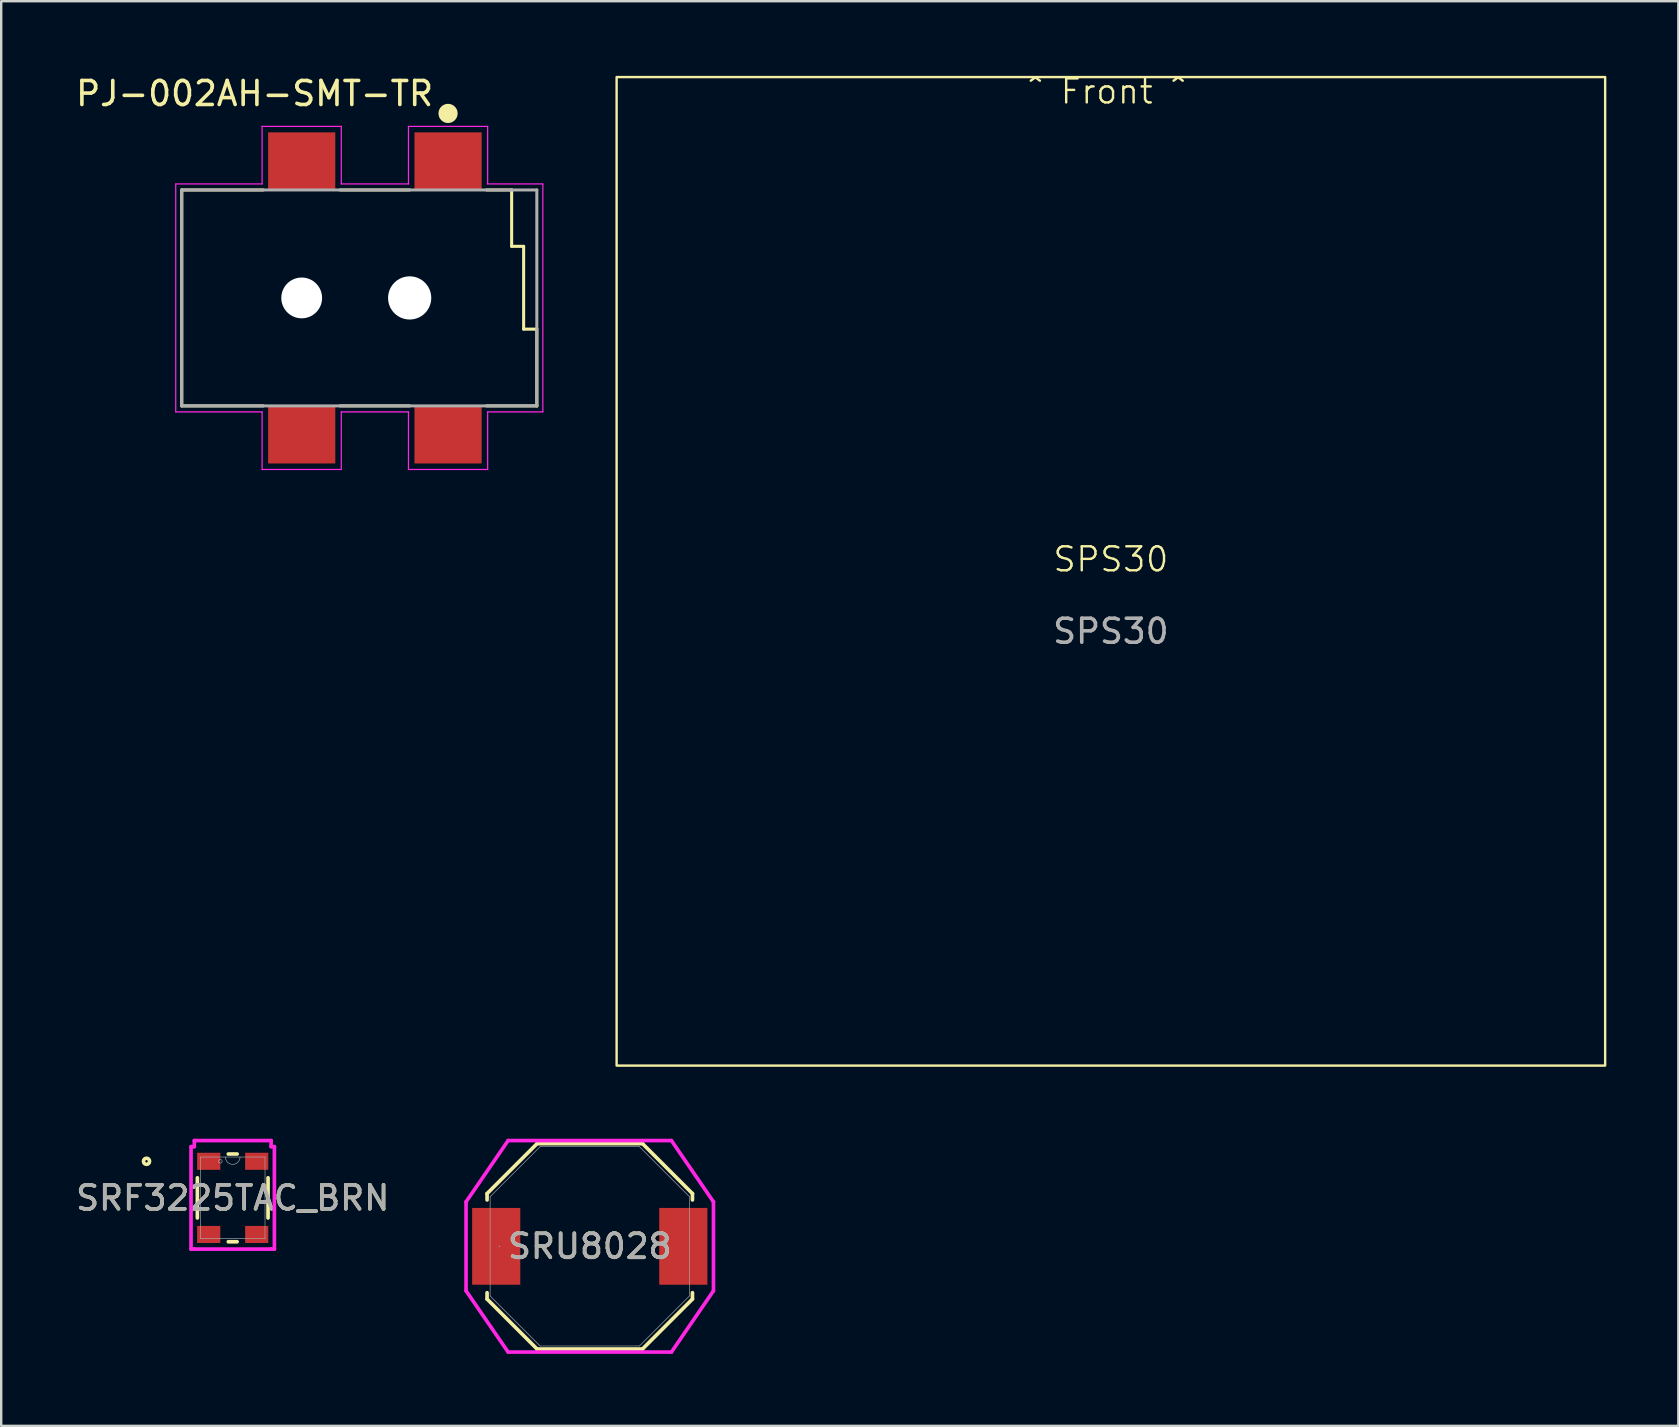
<source format=kicad_pcb>
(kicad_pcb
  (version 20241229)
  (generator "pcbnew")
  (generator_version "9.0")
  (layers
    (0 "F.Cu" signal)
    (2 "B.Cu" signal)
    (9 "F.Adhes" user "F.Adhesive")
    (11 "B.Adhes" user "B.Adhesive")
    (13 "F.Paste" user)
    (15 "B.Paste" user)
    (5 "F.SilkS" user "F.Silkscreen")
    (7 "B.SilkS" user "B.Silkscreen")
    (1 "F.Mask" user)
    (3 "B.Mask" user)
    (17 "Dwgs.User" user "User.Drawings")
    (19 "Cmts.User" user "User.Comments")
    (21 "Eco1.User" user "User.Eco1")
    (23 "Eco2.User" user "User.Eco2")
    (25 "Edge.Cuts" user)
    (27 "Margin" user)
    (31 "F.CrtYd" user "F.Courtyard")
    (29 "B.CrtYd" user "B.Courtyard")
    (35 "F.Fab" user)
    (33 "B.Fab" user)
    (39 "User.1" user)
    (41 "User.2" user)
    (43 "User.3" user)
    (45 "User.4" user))
  (footprint "SPS30"
    (layer "F.Cu")
    (at 43.249 20.761)
    (property "Reference" "SPS30" (at 0 -0.5 0) (unlocked yes) (layer "F.SilkS") (effects (font (size 1 1) (thickness 0.1))))
    (attr exclude_from_pos_files allow_missing_courtyard)
    (fp_rect (start -20.6 -20.6) (end 20.6 20.6) (stroke (width 0.1) (type solid)) (fill no) (layer "F.SilkS"))
    (fp_text user "^ Front ^" (at -3.5 -20 0) (unlocked yes) (layer "F.SilkS") (effects (font (size 1 1) (thickness 0.1)) (justify left)))
    (fp_text user "${REFERENCE}" (at 0 2.5 0) (unlocked yes) (layer "F.Fab") (effects (font (size 1 1) (thickness 0.15)))))
  (footprint "SRF3225TAC_BRN"
    (layer "F.Cu")
    (at 6.649 46.875)
    (property "Reference" "SRF3225TAC_BRN" (at 0 0 0) (unlocked yes) (layer "F.SilkS") (effects (font (size 1 1) (thickness 0.15))))
    (attr smd)
    (fp_line (start -1.473 -0.837) (end -1.473 0.837) (stroke (width 0.152) (type solid)) (layer "F.SilkS"))
    (fp_line (start -0.185 1.829) (end 0.185 1.829) (stroke (width 0.152) (type solid)) (layer "F.SilkS"))
    (fp_line (start 0.185 -1.829) (end -0.185 -1.829) (stroke (width 0.152) (type solid)) (layer "F.SilkS"))
    (fp_line (start 1.473 0.837) (end 1.473 -0.837) (stroke (width 0.152) (type solid)) (layer "F.SilkS"))
    (fp_circle (center -3.592 -1.525) (end -3.465 -1.525) (stroke (width 0.152) (type solid)) (fill no) (layer "F.SilkS"))
    (fp_line (start -1.737 -2.135) (end -1.6 -2.135) (stroke (width 0.152) (type solid)) (layer "F.CrtYd"))
    (fp_line (start -1.737 2.135) (end -1.737 -2.135) (stroke (width 0.152) (type solid)) (layer "F.CrtYd"))
    (fp_line (start -1.737 2.135) (end -1.6 2.135) (stroke (width 0.152) (type solid)) (layer "F.CrtYd"))
    (fp_line (start -1.6 -2.389) (end 1.6 -2.389) (stroke (width 0.152) (type solid)) (layer "F.CrtYd"))
    (fp_line (start -1.6 -2.135) (end -1.6 -2.389) (stroke (width 0.152) (type solid)) (layer "F.CrtYd"))
    (fp_line (start -1.6 2.135) (end -1.6 2.135) (stroke (width 0.152) (type solid)) (layer "F.CrtYd"))
    (fp_line (start 1.6 -2.389) (end 1.6 -2.135) (stroke (width 0.152) (type solid)) (layer "F.CrtYd"))
    (fp_line (start 1.6 2.135) (end -1.6 2.135) (stroke (width 0.152) (type solid)) (layer "F.CrtYd"))
    (fp_line (start 1.6 2.135) (end 1.6 2.135) (stroke (width 0.152) (type solid)) (layer "F.CrtYd"))
    (fp_line (start 1.737 -2.135) (end 1.6 -2.135) (stroke (width 0.152) (type solid)) (layer "F.CrtYd"))
    (fp_line (start 1.737 -2.135) (end 1.737 2.135) (stroke (width 0.152) (type solid)) (layer "F.CrtYd"))
    (fp_line (start 1.737 2.135) (end 1.6 2.135) (stroke (width 0.152) (type solid)) (layer "F.CrtYd"))
    (fp_line (start -1.346 -1.702) (end -1.346 1.702) (stroke (width 0.025) (type solid)) (layer "F.Fab"))
    (fp_line (start -1.346 1.702) (end 1.346 1.702) (stroke (width 0.025) (type solid)) (layer "F.Fab"))
    (fp_line (start 1.346 -1.702) (end -1.346 -1.702) (stroke (width 0.025) (type solid)) (layer "F.Fab"))
    (fp_line (start 1.346 1.702) (end 1.346 -1.702) (stroke (width 0.025) (type solid)) (layer "F.Fab"))
    (fp_arc (start 0.3048 -1.7018) (mid 0 -1.397) (end -0.3048 -1.7018) (stroke (width 0.0254) (type solid)) (layer "F.Fab"))
    (fp_circle (center -0.517 -1.525) (end -0.441 -1.525) (stroke (width 0.025) (type solid)) (fill no) (layer "F.Fab"))
    (fp_text user "${REFERENCE}" (at 0 0 0) (unlocked yes) (layer "F.Fab") (effects (font (size 1 1) (thickness 0.15))))
    (pad "1" smd rect (at -1 -1.525) (size 0.965 0.711) (layers "F.Cu" "F.Mask" "F.Paste"))
    (pad "2" smd rect (at -1 1.525) (size 0.965 0.711) (layers "F.Cu" "F.Mask" "F.Paste"))
    (pad "3" smd rect (at 1 1.525) (size 0.965 0.711) (layers "F.Cu" "F.Mask" "F.Paste"))
    (pad "4" smd rect (at 1 -1.525) (size 0.965 0.711) (layers "F.Cu" "F.Mask" "F.Paste")))
  (footprint "SRU8028"
    (layer "F.Cu")
    (at 21.53 48.894)
    (property "Reference" "SRU8028" (at 0 0 0) (unlocked yes) (layer "F.SilkS") (effects (font (size 1 1) (thickness 0.15))))
    (attr smd)
    (fp_line (start -4.28 -2.197) (end -2.197 -4.28) (stroke (width 0.152) (type solid)) (layer "F.SilkS"))
    (fp_line (start -4.28 -1.933) (end -4.28 -2.197) (stroke (width 0.152) (type solid)) (layer "F.SilkS"))
    (fp_line (start -4.28 2.197) (end -4.28 1.933) (stroke (width 0.152) (type solid)) (layer "F.SilkS"))
    (fp_line (start -2.197 -4.28) (end 2.197 -4.28) (stroke (width 0.152) (type solid)) (layer "F.SilkS"))
    (fp_line (start -2.197 4.28) (end -4.28 2.197) (stroke (width 0.152) (type solid)) (layer "F.SilkS"))
    (fp_line (start 2.197 -4.28) (end 4.28 -2.197) (stroke (width 0.152) (type solid)) (layer "F.SilkS"))
    (fp_line (start 2.197 4.28) (end -2.197 4.28) (stroke (width 0.152) (type solid)) (layer "F.SilkS"))
    (fp_line (start 4.28 -2.197) (end 4.28 -1.933) (stroke (width 0.152) (type solid)) (layer "F.SilkS"))
    (fp_line (start 4.28 1.933) (end 4.28 2.197) (stroke (width 0.152) (type solid)) (layer "F.SilkS"))
    (fp_line (start 4.28 2.197) (end 2.197 4.28) (stroke (width 0.152) (type solid)) (layer "F.SilkS"))
    (fp_line (start -5.156 -1.854) (end -3.404 -4.407) (stroke (width 0.152) (type solid)) (layer "F.CrtYd"))
    (fp_line (start -5.156 1.854) (end -5.156 -1.854) (stroke (width 0.152) (type solid)) (layer "F.CrtYd"))
    (fp_line (start -3.404 -4.407) (end 3.404 -4.407) (stroke (width 0.152) (type solid)) (layer "F.CrtYd"))
    (fp_line (start -3.404 4.407) (end -5.156 1.854) (stroke (width 0.152) (type solid)) (layer "F.CrtYd"))
    (fp_line (start 3.404 -4.407) (end 5.156 -1.854) (stroke (width 0.152) (type solid)) (layer "F.CrtYd"))
    (fp_line (start 3.404 4.407) (end -3.404 4.407) (stroke (width 0.152) (type solid)) (layer "F.CrtYd"))
    (fp_line (start 5.156 -1.854) (end 5.156 1.854) (stroke (width 0.152) (type solid)) (layer "F.CrtYd"))
    (fp_line (start 5.156 1.854) (end 3.404 4.407) (stroke (width 0.152) (type solid)) (layer "F.CrtYd"))
    (fp_line (start -4.153 -2.07) (end -2.07 -4.153) (stroke (width 0.025) (type solid)) (layer "F.Fab"))
    (fp_line (start -4.153 2.07) (end -4.153 -2.07) (stroke (width 0.025) (type solid)) (layer "F.Fab"))
    (fp_line (start -2.07 -4.153) (end 2.07 -4.153) (stroke (width 0.025) (type solid)) (layer "F.Fab"))
    (fp_line (start -2.07 4.153) (end -4.153 2.07) (stroke (width 0.025) (type solid)) (layer "F.Fab"))
    (fp_line (start 2.07 -4.153) (end 4.153 -2.07) (stroke (width 0.025) (type solid)) (layer "F.Fab"))
    (fp_line (start 2.07 4.153) (end -2.07 4.153) (stroke (width 0.025) (type solid)) (layer "F.Fab"))
    (fp_line (start 4.153 -2.07) (end 4.153 2.07) (stroke (width 0.025) (type solid)) (layer "F.Fab"))
    (fp_line (start 4.153 2.07) (end 2.07 4.153) (stroke (width 0.025) (type solid)) (layer "F.Fab"))
    (fp_circle (center -3.772 0) (end -3.772 0) (stroke (width 0.025) (type solid)) (fill no) (layer "F.Fab"))
    (fp_text user "${REFERENCE}" (at 0 0 0) (unlocked yes) (layer "F.Fab") (effects (font (size 1 1) (thickness 0.15))))
    (pad "1" smd rect (at -3.899 0) (size 2.007 3.2) (layers "F.Cu" "F.Mask" "F.Paste"))
    (pad "2" smd rect (at 3.899 0) (size 2.007 3.2) (layers "F.Cu" "F.Mask" "F.Paste"))
    (zone (net_name "") (layer "F.Cu") (hatch full 0.508) (connect_pads) (min_thickness 0.254) (filled_areas_thickness no) (keepout (tracks not_allowed) (vias not_allowed) (pads allowed) (copperpour not_allowed) (footprints allowed)) (placement (enabled no)) (fill) (polygon (pts (xy 18.685 44.791) (xy 24.375 44.791) (xy 24.375 52.996) (xy 18.685 52.996)))))
  (footprint "PJ-002AH-SMT-TR"
    (layer "F.Cu")
    (at 15.624 3.667)
    (property "Reference" "PJ-002AH-SMT-TR" (at -8.063 -2.818 0) (layer "F.SilkS") (effects (font (size 1.001 1.001) (thickness 0.15))))
    (attr smd)
    (fp_line (start -11.1 1.2) (end -11.1 10.2) (stroke (width 0.127) (type solid)) (layer "F.SilkS"))
    (fp_line (start -11.1 10.2) (end -7.7 10.2) (stroke (width 0.127) (type solid)) (layer "F.SilkS"))
    (fp_line (start -7.7 1.2) (end -11.1 1.2) (stroke (width 0.127) (type solid)) (layer "F.SilkS"))
    (fp_line (start -4.5 10.2) (end -1.6 10.2) (stroke (width 0.127) (type solid)) (layer "F.SilkS"))
    (fp_line (start -1.6 1.2) (end -4.5 1.2) (stroke (width 0.127) (type solid)) (layer "F.SilkS"))
    (fp_line (start 1.6 10.2) (end 3.7 10.2) (stroke (width 0.127) (type solid)) (layer "F.SilkS"))
    (fp_line (start 2.65 1.2) (end 1.6 1.2) (stroke (width 0.127) (type solid)) (layer "F.SilkS"))
    (fp_line (start 2.65 3.55) (end 2.65 1.2) (stroke (width 0.127) (type solid)) (layer "F.SilkS"))
    (fp_line (start 3.15 3.55) (end 2.65 3.55) (stroke (width 0.127) (type solid)) (layer "F.SilkS"))
    (fp_line (start 3.15 7) (end 3.15 3.55) (stroke (width 0.127) (type solid)) (layer "F.SilkS"))
    (fp_line (start 3.7 7) (end 3.15 7) (stroke (width 0.127) (type solid)) (layer "F.SilkS"))
    (fp_line (start 3.7 10.2) (end 3.7 7) (stroke (width 0.127) (type solid)) (layer "F.SilkS"))
    (fp_circle (center 0 -1.99) (end 0.2 -1.99) (stroke (width 0.4) (type solid)) (fill no) (layer "F.SilkS"))
    (fp_line (start -11.35 0.95) (end -7.75 0.95) (stroke (width 0.05) (type solid)) (layer "F.CrtYd"))
    (fp_line (start -11.35 10.45) (end -11.35 0.95) (stroke (width 0.05) (type solid)) (layer "F.CrtYd"))
    (fp_line (start -7.75 -1.45) (end -4.45 -1.45) (stroke (width 0.05) (type solid)) (layer "F.CrtYd"))
    (fp_line (start -7.75 0.95) (end -7.75 -1.45) (stroke (width 0.05) (type solid)) (layer "F.CrtYd"))
    (fp_line (start -7.75 10.45) (end -11.35 10.45) (stroke (width 0.05) (type solid)) (layer "F.CrtYd"))
    (fp_line (start -7.75 12.85) (end -7.75 10.45) (stroke (width 0.05) (type solid)) (layer "F.CrtYd"))
    (fp_line (start -4.45 -1.45) (end -4.45 0.95) (stroke (width 0.05) (type solid)) (layer "F.CrtYd"))
    (fp_line (start -4.45 0.95) (end -1.65 0.95) (stroke (width 0.05) (type solid)) (layer "F.CrtYd"))
    (fp_line (start -4.45 10.45) (end -4.45 12.85) (stroke (width 0.05) (type solid)) (layer "F.CrtYd"))
    (fp_line (start -4.45 12.85) (end -7.75 12.85) (stroke (width 0.05) (type solid)) (layer "F.CrtYd"))
    (fp_line (start -1.65 -1.45) (end 1.65 -1.45) (stroke (width 0.05) (type solid)) (layer "F.CrtYd"))
    (fp_line (start -1.65 0.95) (end -1.65 -1.45) (stroke (width 0.05) (type solid)) (layer "F.CrtYd"))
    (fp_line (start -1.65 10.45) (end -4.45 10.45) (stroke (width 0.05) (type solid)) (layer "F.CrtYd"))
    (fp_line (start -1.65 12.85) (end -1.65 10.45) (stroke (width 0.05) (type solid)) (layer "F.CrtYd"))
    (fp_line (start 1.65 -1.45) (end 1.65 0.95) (stroke (width 0.05) (type solid)) (layer "F.CrtYd"))
    (fp_line (start 1.65 0.95) (end 3.95 0.95) (stroke (width 0.05) (type solid)) (layer "F.CrtYd"))
    (fp_line (start 1.65 10.45) (end 1.65 12.85) (stroke (width 0.05) (type solid)) (layer "F.CrtYd"))
    (fp_line (start 1.65 12.85) (end -1.65 12.85) (stroke (width 0.05) (type solid)) (layer "F.CrtYd"))
    (fp_line (start 3.95 0.95) (end 3.95 10.45) (stroke (width 0.05) (type solid)) (layer "F.CrtYd"))
    (fp_line (start 3.95 10.45) (end 1.65 10.45) (stroke (width 0.05) (type solid)) (layer "F.CrtYd"))
    (fp_line (start -11.1 1.2) (end -11.1 10.2) (stroke (width 0.127) (type solid)) (layer "F.Fab"))
    (fp_line (start -11.1 10.2) (end 3.7 10.2) (stroke (width 0.127) (type solid)) (layer "F.Fab"))
    (fp_line (start 3.7 1.2) (end -11.1 1.2) (stroke (width 0.127) (type solid)) (layer "F.Fab"))
    (fp_line (start 3.7 10.2) (end 3.7 1.2) (stroke (width 0.127) (type solid)) (layer "F.Fab"))
    (pad "" np_thru_hole circle (at -6.1 5.7) (size 1.7 1.7) (drill 1.7) (layers "*.Cu" "*.Mask"))
    (pad "" np_thru_hole circle (at -1.6 5.7) (size 1.8 1.8) (drill 1.8) (layers "*.Cu" "*.Mask"))
    (pad "1" smd rect (at -6.1 0) (size 2.8 2.4) (layers "F.Cu" "F.Mask" "F.Paste"))
    (pad "1" smd rect (at 0 0) (size 2.8 2.4) (layers "F.Cu" "F.Mask" "F.Paste"))
    (pad "2" smd rect (at -6.1 11.4) (size 2.8 2.4) (layers "F.Cu" "F.Mask" "F.Paste"))
    (pad "3" smd rect (at 0 11.4) (size 2.8 2.4) (layers "F.Cu" "F.Mask" "F.Paste")))
  (gr_rect
    (start -3 -3)
    (end 66.899 56.377)
    (stroke (width 0.1) (type default))
    (fill no)
    (layer "Edge.Cuts")))
</source>
